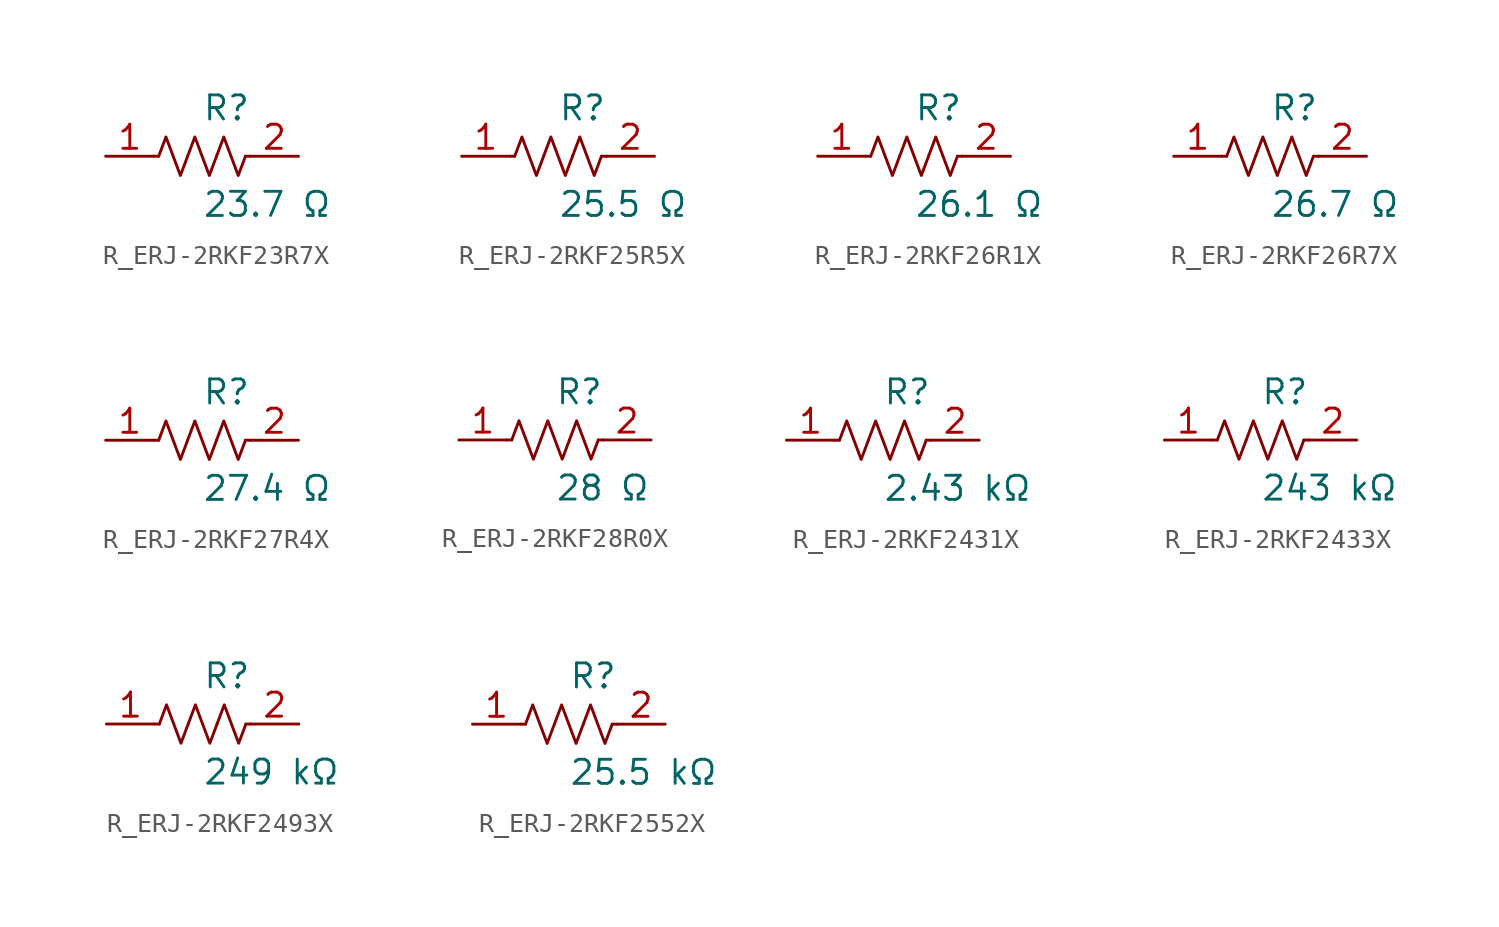
<source format=kicad_sym>
(kicad_symbol_lib
  (version 20231120)
  (generator kicad_symbol_editor)
  (generator_version 8.0)
  (symbol "R_ERJ-2RKF23R7X"
    (pin_names
      (offset 0.254))
    (property "Reference" "R"
      (at 0.0 2.54 0)
      (effects (font (size 1.27 1.27)) (justify left)))
    (property "Value" "23.7 Ω"
      (at 0.0 -2.54 0)
      (effects (font (size 1.27 1.27)) (justify left)))
    (symbol "R_ERJ-2RKF23R7X_0_1"
      (polyline (pts (xy 2.286 0) (xy 2.54 0)) (stroke (width 0) (type default)) (fill (type none)))
      (polyline (pts (xy -2.286 0) (xy -2.54 0)) (stroke (width 0) (type default)) (fill (type none)))
      (polyline (pts (xy 0.762 0) (xy 1.143 1.016) (xy 1.524 0) (xy 1.905 -1.016) (xy 2.286 0)) (stroke (width 0) (type default)) (fill (type none)))
      (polyline (pts (xy -0.762 0) (xy -0.381 1.016) (xy 0 0) (xy 0.381 -1.016) (xy 0.762 0)) (stroke (width 0) (type default)) (fill (type none)))
      (polyline (pts (xy -2.286 0) (xy -1.905 1.016) (xy -1.524 0) (xy -1.143 -1.016) (xy -0.762 0)) (stroke (width 0) (type default)) (fill (type none))))
    (pin unspecified line
      (at -5.08 0 0)
      (length 2.54)
      (name "" (effects (font (size 1.27 1.27))))
      (number "1" (effects (font (size 1.27 1.27)))))
    (pin unspecified line
      (at 5.08 0 180)
      (length 2.54)
      (name "" (effects (font (size 1.27 1.27))))
      (number "2" (effects (font (size 1.27 1.27))))))
  (symbol "R_ERJ-2RKF25R5X"
    (pin_names
      (offset 0.254))
    (property "Reference" "R"
      (at 0.0 2.54 0)
      (effects (font (size 1.27 1.27)) (justify left)))
    (property "Value" "25.5 Ω"
      (at 0.0 -2.54 0)
      (effects (font (size 1.27 1.27)) (justify left)))
    (symbol "R_ERJ-2RKF25R5X_0_1"
      (polyline (pts (xy 2.286 0) (xy 2.54 0)) (stroke (width 0) (type default)) (fill (type none)))
      (polyline (pts (xy -2.286 0) (xy -2.54 0)) (stroke (width 0) (type default)) (fill (type none)))
      (polyline (pts (xy 0.762 0) (xy 1.143 1.016) (xy 1.524 0) (xy 1.905 -1.016) (xy 2.286 0)) (stroke (width 0) (type default)) (fill (type none)))
      (polyline (pts (xy -0.762 0) (xy -0.381 1.016) (xy 0 0) (xy 0.381 -1.016) (xy 0.762 0)) (stroke (width 0) (type default)) (fill (type none)))
      (polyline (pts (xy -2.286 0) (xy -1.905 1.016) (xy -1.524 0) (xy -1.143 -1.016) (xy -0.762 0)) (stroke (width 0) (type default)) (fill (type none))))
    (pin unspecified line
      (at -5.08 0 0)
      (length 2.54)
      (name "" (effects (font (size 1.27 1.27))))
      (number "1" (effects (font (size 1.27 1.27)))))
    (pin unspecified line
      (at 5.08 0 180)
      (length 2.54)
      (name "" (effects (font (size 1.27 1.27))))
      (number "2" (effects (font (size 1.27 1.27))))))
  (symbol "R_ERJ-2RKF26R1X"
    (pin_names
      (offset 0.254))
    (property "Reference" "R"
      (at 0.0 2.54 0)
      (effects (font (size 1.27 1.27)) (justify left)))
    (property "Value" "26.1 Ω"
      (at 0.0 -2.54 0)
      (effects (font (size 1.27 1.27)) (justify left)))
    (symbol "R_ERJ-2RKF26R1X_0_1"
      (polyline (pts (xy 2.286 0) (xy 2.54 0)) (stroke (width 0) (type default)) (fill (type none)))
      (polyline (pts (xy -2.286 0) (xy -2.54 0)) (stroke (width 0) (type default)) (fill (type none)))
      (polyline (pts (xy 0.762 0) (xy 1.143 1.016) (xy 1.524 0) (xy 1.905 -1.016) (xy 2.286 0)) (stroke (width 0) (type default)) (fill (type none)))
      (polyline (pts (xy -0.762 0) (xy -0.381 1.016) (xy 0 0) (xy 0.381 -1.016) (xy 0.762 0)) (stroke (width 0) (type default)) (fill (type none)))
      (polyline (pts (xy -2.286 0) (xy -1.905 1.016) (xy -1.524 0) (xy -1.143 -1.016) (xy -0.762 0)) (stroke (width 0) (type default)) (fill (type none))))
    (pin unspecified line
      (at -5.08 0 0)
      (length 2.54)
      (name "" (effects (font (size 1.27 1.27))))
      (number "1" (effects (font (size 1.27 1.27)))))
    (pin unspecified line
      (at 5.08 0 180)
      (length 2.54)
      (name "" (effects (font (size 1.27 1.27))))
      (number "2" (effects (font (size 1.27 1.27))))))
  (symbol "R_ERJ-2RKF26R7X"
    (pin_names
      (offset 0.254))
    (property "Reference" "R"
      (at 0.0 2.54 0)
      (effects (font (size 1.27 1.27)) (justify left)))
    (property "Value" "26.7 Ω"
      (at 0.0 -2.54 0)
      (effects (font (size 1.27 1.27)) (justify left)))
    (symbol "R_ERJ-2RKF26R7X_0_1"
      (polyline (pts (xy 2.286 0) (xy 2.54 0)) (stroke (width 0) (type default)) (fill (type none)))
      (polyline (pts (xy -2.286 0) (xy -2.54 0)) (stroke (width 0) (type default)) (fill (type none)))
      (polyline (pts (xy 0.762 0) (xy 1.143 1.016) (xy 1.524 0) (xy 1.905 -1.016) (xy 2.286 0)) (stroke (width 0) (type default)) (fill (type none)))
      (polyline (pts (xy -0.762 0) (xy -0.381 1.016) (xy 0 0) (xy 0.381 -1.016) (xy 0.762 0)) (stroke (width 0) (type default)) (fill (type none)))
      (polyline (pts (xy -2.286 0) (xy -1.905 1.016) (xy -1.524 0) (xy -1.143 -1.016) (xy -0.762 0)) (stroke (width 0) (type default)) (fill (type none))))
    (pin unspecified line
      (at -5.08 0 0)
      (length 2.54)
      (name "" (effects (font (size 1.27 1.27))))
      (number "1" (effects (font (size 1.27 1.27)))))
    (pin unspecified line
      (at 5.08 0 180)
      (length 2.54)
      (name "" (effects (font (size 1.27 1.27))))
      (number "2" (effects (font (size 1.27 1.27))))))
  (symbol "R_ERJ-2RKF27R4X"
    (pin_names
      (offset 0.254))
    (property "Reference" "R"
      (at 0.0 2.54 0)
      (effects (font (size 1.27 1.27)) (justify left)))
    (property "Value" "27.4 Ω"
      (at 0.0 -2.54 0)
      (effects (font (size 1.27 1.27)) (justify left)))
    (symbol "R_ERJ-2RKF27R4X_0_1"
      (polyline (pts (xy 2.286 0) (xy 2.54 0)) (stroke (width 0) (type default)) (fill (type none)))
      (polyline (pts (xy -2.286 0) (xy -2.54 0)) (stroke (width 0) (type default)) (fill (type none)))
      (polyline (pts (xy 0.762 0) (xy 1.143 1.016) (xy 1.524 0) (xy 1.905 -1.016) (xy 2.286 0)) (stroke (width 0) (type default)) (fill (type none)))
      (polyline (pts (xy -0.762 0) (xy -0.381 1.016) (xy 0 0) (xy 0.381 -1.016) (xy 0.762 0)) (stroke (width 0) (type default)) (fill (type none)))
      (polyline (pts (xy -2.286 0) (xy -1.905 1.016) (xy -1.524 0) (xy -1.143 -1.016) (xy -0.762 0)) (stroke (width 0) (type default)) (fill (type none))))
    (pin unspecified line
      (at -5.08 0 0)
      (length 2.54)
      (name "" (effects (font (size 1.27 1.27))))
      (number "1" (effects (font (size 1.27 1.27)))))
    (pin unspecified line
      (at 5.08 0 180)
      (length 2.54)
      (name "" (effects (font (size 1.27 1.27))))
      (number "2" (effects (font (size 1.27 1.27))))))
  (symbol "R_ERJ-2RKF28R0X"
    (pin_names
      (offset 0.254))
    (property "Reference" "R"
      (at 0.0 2.54 0)
      (effects (font (size 1.27 1.27)) (justify left)))
    (property "Value" "28 Ω"
      (at 0.0 -2.54 0)
      (effects (font (size 1.27 1.27)) (justify left)))
    (symbol "R_ERJ-2RKF28R0X_0_1"
      (polyline (pts (xy 2.286 0) (xy 2.54 0)) (stroke (width 0) (type default)) (fill (type none)))
      (polyline (pts (xy -2.286 0) (xy -2.54 0)) (stroke (width 0) (type default)) (fill (type none)))
      (polyline (pts (xy 0.762 0) (xy 1.143 1.016) (xy 1.524 0) (xy 1.905 -1.016) (xy 2.286 0)) (stroke (width 0) (type default)) (fill (type none)))
      (polyline (pts (xy -0.762 0) (xy -0.381 1.016) (xy 0 0) (xy 0.381 -1.016) (xy 0.762 0)) (stroke (width 0) (type default)) (fill (type none)))
      (polyline (pts (xy -2.286 0) (xy -1.905 1.016) (xy -1.524 0) (xy -1.143 -1.016) (xy -0.762 0)) (stroke (width 0) (type default)) (fill (type none))))
    (pin unspecified line
      (at -5.08 0 0)
      (length 2.54)
      (name "" (effects (font (size 1.27 1.27))))
      (number "1" (effects (font (size 1.27 1.27)))))
    (pin unspecified line
      (at 5.08 0 180)
      (length 2.54)
      (name "" (effects (font (size 1.27 1.27))))
      (number "2" (effects (font (size 1.27 1.27))))))
  (symbol "R_ERJ-2RKF2431X"
    (pin_names
      (offset 0.254))
    (property "Reference" "R"
      (at 0.0 2.54 0)
      (effects (font (size 1.27 1.27)) (justify left)))
    (property "Value" "2.43 kΩ"
      (at 0.0 -2.54 0)
      (effects (font (size 1.27 1.27)) (justify left)))
    (symbol "R_ERJ-2RKF2431X_0_1"
      (polyline (pts (xy 2.286 0) (xy 2.54 0)) (stroke (width 0) (type default)) (fill (type none)))
      (polyline (pts (xy -2.286 0) (xy -2.54 0)) (stroke (width 0) (type default)) (fill (type none)))
      (polyline (pts (xy 0.762 0) (xy 1.143 1.016) (xy 1.524 0) (xy 1.905 -1.016) (xy 2.286 0)) (stroke (width 0) (type default)) (fill (type none)))
      (polyline (pts (xy -0.762 0) (xy -0.381 1.016) (xy 0 0) (xy 0.381 -1.016) (xy 0.762 0)) (stroke (width 0) (type default)) (fill (type none)))
      (polyline (pts (xy -2.286 0) (xy -1.905 1.016) (xy -1.524 0) (xy -1.143 -1.016) (xy -0.762 0)) (stroke (width 0) (type default)) (fill (type none))))
    (pin unspecified line
      (at -5.08 0 0)
      (length 2.54)
      (name "" (effects (font (size 1.27 1.27))))
      (number "1" (effects (font (size 1.27 1.27)))))
    (pin unspecified line
      (at 5.08 0 180)
      (length 2.54)
      (name "" (effects (font (size 1.27 1.27))))
      (number "2" (effects (font (size 1.27 1.27))))))
  (symbol "R_ERJ-2RKF2433X"
    (pin_names
      (offset 0.254))
    (property "Reference" "R"
      (at 0.0 2.54 0)
      (effects (font (size 1.27 1.27)) (justify left)))
    (property "Value" "243 kΩ"
      (at 0.0 -2.54 0)
      (effects (font (size 1.27 1.27)) (justify left)))
    (symbol "R_ERJ-2RKF2433X_0_1"
      (polyline (pts (xy 2.286 0) (xy 2.54 0)) (stroke (width 0) (type default)) (fill (type none)))
      (polyline (pts (xy -2.286 0) (xy -2.54 0)) (stroke (width 0) (type default)) (fill (type none)))
      (polyline (pts (xy 0.762 0) (xy 1.143 1.016) (xy 1.524 0) (xy 1.905 -1.016) (xy 2.286 0)) (stroke (width 0) (type default)) (fill (type none)))
      (polyline (pts (xy -0.762 0) (xy -0.381 1.016) (xy 0 0) (xy 0.381 -1.016) (xy 0.762 0)) (stroke (width 0) (type default)) (fill (type none)))
      (polyline (pts (xy -2.286 0) (xy -1.905 1.016) (xy -1.524 0) (xy -1.143 -1.016) (xy -0.762 0)) (stroke (width 0) (type default)) (fill (type none))))
    (pin unspecified line
      (at -5.08 0 0)
      (length 2.54)
      (name "" (effects (font (size 1.27 1.27))))
      (number "1" (effects (font (size 1.27 1.27)))))
    (pin unspecified line
      (at 5.08 0 180)
      (length 2.54)
      (name "" (effects (font (size 1.27 1.27))))
      (number "2" (effects (font (size 1.27 1.27))))))
  (symbol "R_ERJ-2RKF2493X"
    (pin_names
      (offset 0.254))
    (property "Reference" "R"
      (at 0.0 2.54 0)
      (effects (font (size 1.27 1.27)) (justify left)))
    (property "Value" "249 kΩ"
      (at 0.0 -2.54 0)
      (effects (font (size 1.27 1.27)) (justify left)))
    (symbol "R_ERJ-2RKF2493X_0_1"
      (polyline (pts (xy 2.286 0) (xy 2.54 0)) (stroke (width 0) (type default)) (fill (type none)))
      (polyline (pts (xy -2.286 0) (xy -2.54 0)) (stroke (width 0) (type default)) (fill (type none)))
      (polyline (pts (xy 0.762 0) (xy 1.143 1.016) (xy 1.524 0) (xy 1.905 -1.016) (xy 2.286 0)) (stroke (width 0) (type default)) (fill (type none)))
      (polyline (pts (xy -0.762 0) (xy -0.381 1.016) (xy 0 0) (xy 0.381 -1.016) (xy 0.762 0)) (stroke (width 0) (type default)) (fill (type none)))
      (polyline (pts (xy -2.286 0) (xy -1.905 1.016) (xy -1.524 0) (xy -1.143 -1.016) (xy -0.762 0)) (stroke (width 0) (type default)) (fill (type none))))
    (pin unspecified line
      (at -5.08 0 0)
      (length 2.54)
      (name "" (effects (font (size 1.27 1.27))))
      (number "1" (effects (font (size 1.27 1.27)))))
    (pin unspecified line
      (at 5.08 0 180)
      (length 2.54)
      (name "" (effects (font (size 1.27 1.27))))
      (number "2" (effects (font (size 1.27 1.27))))))
  (symbol "R_ERJ-2RKF2552X"
    (pin_names
      (offset 0.254))
    (property "Reference" "R"
      (at 0.0 2.54 0)
      (effects (font (size 1.27 1.27)) (justify left)))
    (property "Value" "25.5 kΩ"
      (at 0.0 -2.54 0)
      (effects (font (size 1.27 1.27)) (justify left)))
    (symbol "R_ERJ-2RKF2552X_0_1"
      (polyline (pts (xy 2.286 0) (xy 2.54 0)) (stroke (width 0) (type default)) (fill (type none)))
      (polyline (pts (xy -2.286 0) (xy -2.54 0)) (stroke (width 0) (type default)) (fill (type none)))
      (polyline (pts (xy 0.762 0) (xy 1.143 1.016) (xy 1.524 0) (xy 1.905 -1.016) (xy 2.286 0)) (stroke (width 0) (type default)) (fill (type none)))
      (polyline (pts (xy -0.762 0) (xy -0.381 1.016) (xy 0 0) (xy 0.381 -1.016) (xy 0.762 0)) (stroke (width 0) (type default)) (fill (type none)))
      (polyline (pts (xy -2.286 0) (xy -1.905 1.016) (xy -1.524 0) (xy -1.143 -1.016) (xy -0.762 0)) (stroke (width 0) (type default)) (fill (type none))))
    (pin unspecified line
      (at -5.08 0 0)
      (length 2.54)
      (name "" (effects (font (size 1.27 1.27))))
      (number "1" (effects (font (size 1.27 1.27)))))
    (pin unspecified line
      (at 5.08 0 180)
      (length 2.54)
      (name "" (effects (font (size 1.27 1.27))))
      (number "2" (effects (font (size 1.27 1.27)))))))
</source>
